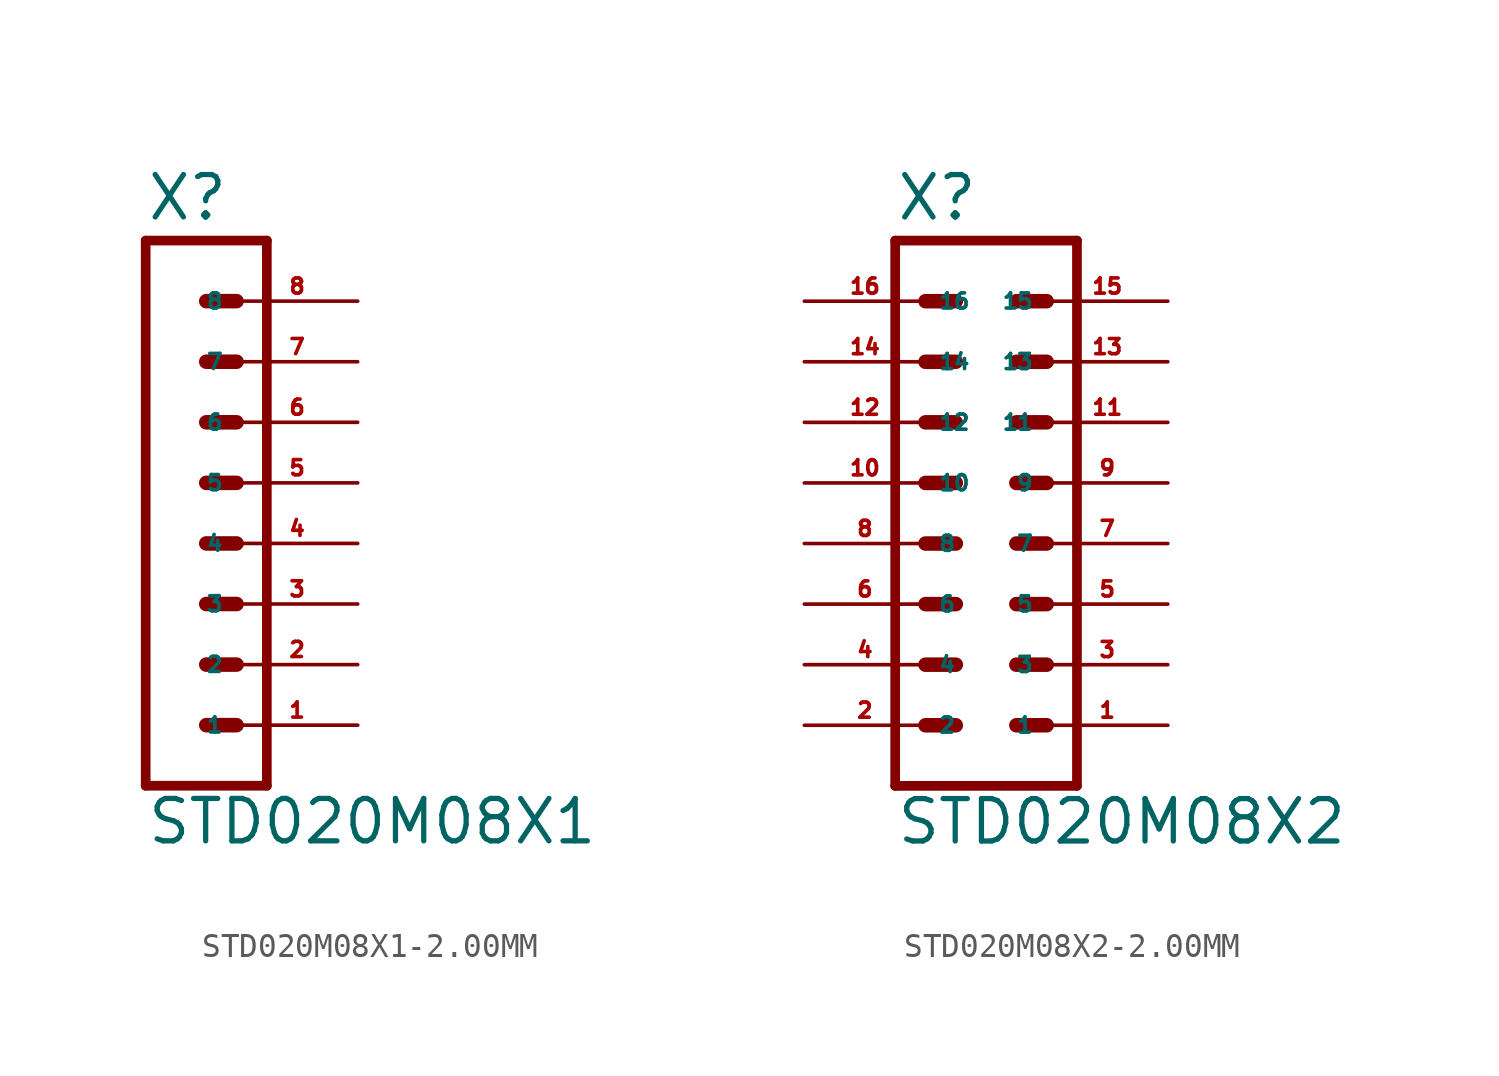
<source format=kicad_sym>
(kicad_symbol_lib
  (version 20220914)
  (generator Eagle2Kicad)
  (symbol "STD020M08X1-2.00MM"
    (property "Reference" "X"
      (at -1.27 13.462 0)
      (effects (font (size 1.778 1.778) (thickness 0.22)) (justify left bottom)))
    (property "Value" "STD020M08X1"
      (at -1.27 -12.7 0)
      (effects (font (size 1.778 1.778) (thickness 0.22)) (justify left bottom)))
    (polyline
      (pts (xy 3.81 -10.16) (xy -1.27 -10.16))
      (stroke (width 0.406) (type default))
      (fill (type none)))
    (polyline
      (pts (xy 1.27 -2.54) (xy 2.54 -2.54))
      (stroke (width 0.61) (type default))
      (fill (type none)))
    (polyline
      (pts (xy 1.27 -5.08) (xy 2.54 -5.08))
      (stroke (width 0.61) (type default))
      (fill (type none)))
    (polyline
      (pts (xy 1.27 -7.62) (xy 2.54 -7.62))
      (stroke (width 0.61) (type default))
      (fill (type none)))
    (polyline
      (pts (xy 1.27 2.54) (xy 2.54 2.54))
      (stroke (width 0.61) (type default))
      (fill (type none)))
    (polyline
      (pts (xy 1.27 0) (xy 2.54 0))
      (stroke (width 0.61) (type default))
      (fill (type none)))
    (polyline
      (pts (xy 1.27 10.16) (xy 2.54 10.16))
      (stroke (width 0.61) (type default))
      (fill (type none)))
    (polyline
      (pts (xy 1.27 7.62) (xy 2.54 7.62))
      (stroke (width 0.61) (type default))
      (fill (type none)))
    (polyline
      (pts (xy 1.27 5.08) (xy 2.54 5.08))
      (stroke (width 0.61) (type default))
      (fill (type none)))
    (polyline
      (pts (xy -1.27 12.7) (xy -1.27 -10.16))
      (stroke (width 0.406) (type default))
      (fill (type none)))
    (polyline
      (pts (xy 3.81 -10.16) (xy 3.81 12.7))
      (stroke (width 0.406) (type default))
      (fill (type none)))
    (polyline
      (pts (xy -1.27 12.7) (xy 3.81 12.7))
      (stroke (width 0.406) (type default))
      (fill (type none)))
    (pin passive line
      (at 7.62 -7.62 180)
      (length 5.08)
      (name "1" (effects (font (size 0.635 0.635) (thickness 0.08)) (justify left bottom)))
      (number "1" (effects (font (size 0.635 0.635) (thickness 0.08)) (justify left bottom))))
    (pin passive line
      (at 7.62 -5.08 180)
      (length 5.08)
      (name "2" (effects (font (size 0.635 0.635) (thickness 0.08)) (justify left bottom)))
      (number "2" (effects (font (size 0.635 0.635) (thickness 0.08)) (justify left bottom))))
    (pin passive line
      (at 7.62 -2.54 180)
      (length 5.08)
      (name "3" (effects (font (size 0.635 0.635) (thickness 0.08)) (justify left bottom)))
      (number "3" (effects (font (size 0.635 0.635) (thickness 0.08)) (justify left bottom))))
    (pin passive line
      (at 7.62 0 180)
      (length 5.08)
      (name "4" (effects (font (size 0.635 0.635) (thickness 0.08)) (justify left bottom)))
      (number "4" (effects (font (size 0.635 0.635) (thickness 0.08)) (justify left bottom))))
    (pin passive line
      (at 7.62 2.54 180)
      (length 5.08)
      (name "5" (effects (font (size 0.635 0.635) (thickness 0.08)) (justify left bottom)))
      (number "5" (effects (font (size 0.635 0.635) (thickness 0.08)) (justify left bottom))))
    (pin passive line
      (at 7.62 5.08 180)
      (length 5.08)
      (name "6" (effects (font (size 0.635 0.635) (thickness 0.08)) (justify left bottom)))
      (number "6" (effects (font (size 0.635 0.635) (thickness 0.08)) (justify left bottom))))
    (pin passive line
      (at 7.62 7.62 180)
      (length 5.08)
      (name "7" (effects (font (size 0.635 0.635) (thickness 0.08)) (justify left bottom)))
      (number "7" (effects (font (size 0.635 0.635) (thickness 0.08)) (justify left bottom))))
    (pin passive line
      (at 7.62 10.16 180)
      (length 5.08)
      (name "8" (effects (font (size 0.635 0.635) (thickness 0.08)) (justify left bottom)))
      (number "8" (effects (font (size 0.635 0.635) (thickness 0.08)) (justify left bottom)))))
  (symbol "STD020M08X2-2.00MM"
    (property "Reference" "X"
      (at -3.81 13.462 0)
      (effects (font (size 1.778 1.778) (thickness 0.22)) (justify left bottom)))
    (property "Value" "STD020M08X2"
      (at -3.81 -12.7 0)
      (effects (font (size 1.778 1.778) (thickness 0.22)) (justify left bottom)))
    (polyline
      (pts (xy 3.81 -10.16) (xy -3.81 -10.16))
      (stroke (width 0.406) (type default))
      (fill (type none)))
    (polyline
      (pts (xy 1.27 -2.54) (xy 2.54 -2.54))
      (stroke (width 0.61) (type default))
      (fill (type none)))
    (polyline
      (pts (xy 1.27 -5.08) (xy 2.54 -5.08))
      (stroke (width 0.61) (type default))
      (fill (type none)))
    (polyline
      (pts (xy 1.27 -7.62) (xy 2.54 -7.62))
      (stroke (width 0.61) (type default))
      (fill (type none)))
    (polyline
      (pts (xy -2.54 -2.54) (xy -1.27 -2.54))
      (stroke (width 0.61) (type default))
      (fill (type none)))
    (polyline
      (pts (xy -2.54 -5.08) (xy -1.27 -5.08))
      (stroke (width 0.61) (type default))
      (fill (type none)))
    (polyline
      (pts (xy -2.54 -7.62) (xy -1.27 -7.62))
      (stroke (width 0.61) (type default))
      (fill (type none)))
    (polyline
      (pts (xy 1.27 2.54) (xy 2.54 2.54))
      (stroke (width 0.61) (type default))
      (fill (type none)))
    (polyline
      (pts (xy 1.27 0) (xy 2.54 0))
      (stroke (width 0.61) (type default))
      (fill (type none)))
    (polyline
      (pts (xy -2.54 2.54) (xy -1.27 2.54))
      (stroke (width 0.61) (type default))
      (fill (type none)))
    (polyline
      (pts (xy -2.54 0) (xy -1.27 0))
      (stroke (width 0.61) (type default))
      (fill (type none)))
    (polyline
      (pts (xy 1.27 10.16) (xy 2.54 10.16))
      (stroke (width 0.61) (type default))
      (fill (type none)))
    (polyline
      (pts (xy 1.27 7.62) (xy 2.54 7.62))
      (stroke (width 0.61) (type default))
      (fill (type none)))
    (polyline
      (pts (xy 1.27 5.08) (xy 2.54 5.08))
      (stroke (width 0.61) (type default))
      (fill (type none)))
    (polyline
      (pts (xy -2.54 10.16) (xy -1.27 10.16))
      (stroke (width 0.61) (type default))
      (fill (type none)))
    (polyline
      (pts (xy -2.54 7.62) (xy -1.27 7.62))
      (stroke (width 0.61) (type default))
      (fill (type none)))
    (polyline
      (pts (xy -2.54 5.08) (xy -1.27 5.08))
      (stroke (width 0.61) (type default))
      (fill (type none)))
    (polyline
      (pts (xy -3.81 12.7) (xy -3.81 -10.16))
      (stroke (width 0.406) (type default))
      (fill (type none)))
    (polyline
      (pts (xy 3.81 -10.16) (xy 3.81 12.7))
      (stroke (width 0.406) (type default))
      (fill (type none)))
    (polyline
      (pts (xy -3.81 12.7) (xy 3.81 12.7))
      (stroke (width 0.406) (type default))
      (fill (type none)))
    (pin passive line
      (at 7.62 -7.62 180)
      (length 5.08)
      (name "1" (effects (font (size 0.635 0.635) (thickness 0.08)) (justify left bottom)))
      (number "1" (effects (font (size 0.635 0.635) (thickness 0.08)) (justify left bottom))))
    (pin passive line
      (at 7.62 -5.08 180)
      (length 5.08)
      (name "3" (effects (font (size 0.635 0.635) (thickness 0.08)) (justify left bottom)))
      (number "3" (effects (font (size 0.635 0.635) (thickness 0.08)) (justify left bottom))))
    (pin passive line
      (at 7.62 -2.54 180)
      (length 5.08)
      (name "5" (effects (font (size 0.635 0.635) (thickness 0.08)) (justify left bottom)))
      (number "5" (effects (font (size 0.635 0.635) (thickness 0.08)) (justify left bottom))))
    (pin passive line
      (at -7.62 -7.62 0)
      (length 5.08)
      (name "2" (effects (font (size 0.635 0.635) (thickness 0.08)) (justify left bottom)))
      (number "2" (effects (font (size 0.635 0.635) (thickness 0.08)) (justify left bottom))))
    (pin passive line
      (at -7.62 -5.08 0)
      (length 5.08)
      (name "4" (effects (font (size 0.635 0.635) (thickness 0.08)) (justify left bottom)))
      (number "4" (effects (font (size 0.635 0.635) (thickness 0.08)) (justify left bottom))))
    (pin passive line
      (at -7.62 -2.54 0)
      (length 5.08)
      (name "6" (effects (font (size 0.635 0.635) (thickness 0.08)) (justify left bottom)))
      (number "6" (effects (font (size 0.635 0.635) (thickness 0.08)) (justify left bottom))))
    (pin passive line
      (at 7.62 0 180)
      (length 5.08)
      (name "7" (effects (font (size 0.635 0.635) (thickness 0.08)) (justify left bottom)))
      (number "7" (effects (font (size 0.635 0.635) (thickness 0.08)) (justify left bottom))))
    (pin passive line
      (at 7.62 2.54 180)
      (length 5.08)
      (name "9" (effects (font (size 0.635 0.635) (thickness 0.08)) (justify left bottom)))
      (number "9" (effects (font (size 0.635 0.635) (thickness 0.08)) (justify left bottom))))
    (pin passive line
      (at -7.62 0 0)
      (length 5.08)
      (name "8" (effects (font (size 0.635 0.635) (thickness 0.08)) (justify left bottom)))
      (number "8" (effects (font (size 0.635 0.635) (thickness 0.08)) (justify left bottom))))
    (pin passive line
      (at -7.62 2.54 0)
      (length 5.08)
      (name "10" (effects (font (size 0.635 0.635) (thickness 0.08)) (justify left bottom)))
      (number "10" (effects (font (size 0.635 0.635) (thickness 0.08)) (justify left bottom))))
    (pin passive line
      (at 7.62 5.08 180)
      (length 5.08)
      (name "11" (effects (font (size 0.635 0.635) (thickness 0.08)) (justify left bottom)))
      (number "11" (effects (font (size 0.635 0.635) (thickness 0.08)) (justify left bottom))))
    (pin passive line
      (at 7.62 7.62 180)
      (length 5.08)
      (name "13" (effects (font (size 0.635 0.635) (thickness 0.08)) (justify left bottom)))
      (number "13" (effects (font (size 0.635 0.635) (thickness 0.08)) (justify left bottom))))
    (pin passive line
      (at 7.62 10.16 180)
      (length 5.08)
      (name "15" (effects (font (size 0.635 0.635) (thickness 0.08)) (justify left bottom)))
      (number "15" (effects (font (size 0.635 0.635) (thickness 0.08)) (justify left bottom))))
    (pin passive line
      (at -7.62 5.08 0)
      (length 5.08)
      (name "12" (effects (font (size 0.635 0.635) (thickness 0.08)) (justify left bottom)))
      (number "12" (effects (font (size 0.635 0.635) (thickness 0.08)) (justify left bottom))))
    (pin passive line
      (at -7.62 7.62 0)
      (length 5.08)
      (name "14" (effects (font (size 0.635 0.635) (thickness 0.08)) (justify left bottom)))
      (number "14" (effects (font (size 0.635 0.635) (thickness 0.08)) (justify left bottom))))
    (pin passive line
      (at -7.62 10.16 0)
      (length 5.08)
      (name "16" (effects (font (size 0.635 0.635) (thickness 0.08)) (justify left bottom)))
      (number "16" (effects (font (size 0.635 0.635) (thickness 0.08)) (justify left bottom))))))
</source>
